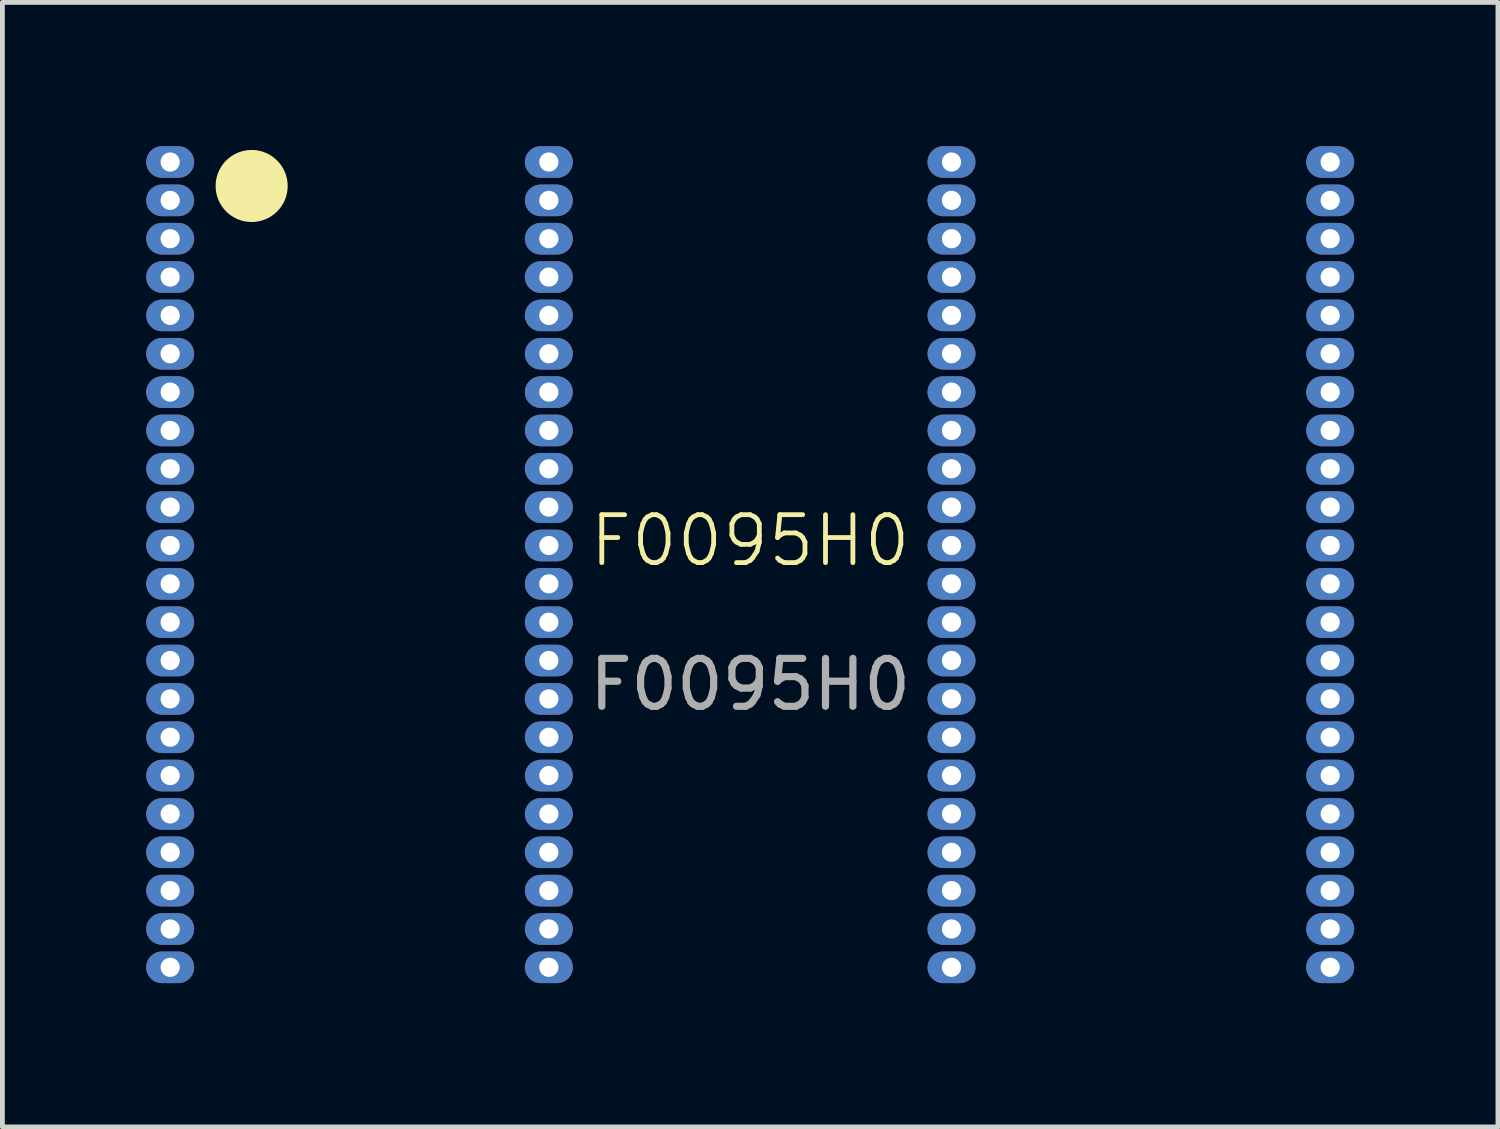
<source format=kicad_pcb>
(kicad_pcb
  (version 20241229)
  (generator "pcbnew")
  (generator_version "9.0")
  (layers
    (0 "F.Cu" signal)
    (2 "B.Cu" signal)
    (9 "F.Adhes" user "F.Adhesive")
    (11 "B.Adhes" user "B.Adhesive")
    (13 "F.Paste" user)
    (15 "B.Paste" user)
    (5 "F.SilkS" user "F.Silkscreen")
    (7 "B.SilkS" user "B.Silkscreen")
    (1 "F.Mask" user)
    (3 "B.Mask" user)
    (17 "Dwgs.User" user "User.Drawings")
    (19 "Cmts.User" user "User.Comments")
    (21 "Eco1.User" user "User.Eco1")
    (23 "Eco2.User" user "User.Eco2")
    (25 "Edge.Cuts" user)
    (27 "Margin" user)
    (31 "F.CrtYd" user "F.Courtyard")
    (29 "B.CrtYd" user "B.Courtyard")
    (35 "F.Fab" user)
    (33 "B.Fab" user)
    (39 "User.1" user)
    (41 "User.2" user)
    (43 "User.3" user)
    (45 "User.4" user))
  (footprint "F0095H0"
    (layer "F.Cu")
    (at 12.6 8.73)
    (property "Reference" "F0095H0" (at 0 -0.5 0) (unlocked yes) (layer "F.SilkS") (effects (font (size 1 1) (thickness 0.1))))
    (attr smd)
    (fp_circle (center -10.4 -7.9) (end -9.7 -7.95) (stroke (width 0.1) (type solid)) (fill yes) (layer "F.SilkS"))
    (fp_text user "${REFERENCE}" (at 0 2.5 0) (unlocked yes) (layer "F.Fab") (effects (font (size 1 1) (thickness 0.15))))
    (pad "1" thru_hole oval (at -12.1 -8.4) (size 1 0.66) (drill 0.4) (layers "*.Cu" "*.Mask"))
    (pad "2" thru_hole oval (at -12.1 -7.6) (size 1 0.66) (drill 0.4) (layers "*.Cu" "*.Mask"))
    (pad "3" thru_hole oval (at -12.1 -6.8) (size 1 0.66) (drill 0.4) (layers "*.Cu" "*.Mask"))
    (pad "4" thru_hole oval (at -12.1 -6) (size 1 0.66) (drill 0.4) (layers "*.Cu" "*.Mask"))
    (pad "5" thru_hole oval (at -12.1 -5.2) (size 1 0.66) (drill 0.4) (layers "*.Cu" "*.Mask"))
    (pad "6" thru_hole oval (at -12.1 -4.4) (size 1 0.66) (drill 0.4) (layers "*.Cu" "*.Mask"))
    (pad "7" thru_hole oval (at -12.1 -3.6) (size 1 0.66) (drill 0.4) (layers "*.Cu" "*.Mask"))
    (pad "8" thru_hole oval (at -12.1 -2.8) (size 1 0.66) (drill 0.4) (layers "*.Cu" "*.Mask"))
    (pad "9" thru_hole oval (at -12.1 -2) (size 1 0.66) (drill 0.4) (layers "*.Cu" "*.Mask"))
    (pad "10" thru_hole oval (at -12.1 -1.2) (size 1 0.66) (drill 0.4) (layers "*.Cu" "*.Mask"))
    (pad "11" thru_hole oval (at -12.1 -0.4) (size 1 0.66) (drill 0.4) (layers "*.Cu" "*.Mask"))
    (pad "12" thru_hole oval (at -12.1 0.4) (size 1 0.66) (drill 0.4) (layers "*.Cu" "*.Mask"))
    (pad "13" thru_hole oval (at -12.1 1.2) (size 1 0.66) (drill 0.4) (layers "*.Cu" "*.Mask"))
    (pad "14" thru_hole oval (at -12.1 2) (size 1 0.66) (drill 0.4) (layers "*.Cu" "*.Mask"))
    (pad "15" thru_hole oval (at -12.1 2.8) (size 1 0.66) (drill 0.4) (layers "*.Cu" "*.Mask"))
    (pad "16" thru_hole oval (at -12.1 3.6) (size 1 0.66) (drill 0.4) (layers "*.Cu" "*.Mask"))
    (pad "17" thru_hole oval (at -12.1 4.4) (size 1 0.66) (drill 0.4) (layers "*.Cu" "*.Mask"))
    (pad "18" thru_hole oval (at -12.1 5.2) (size 1 0.66) (drill 0.4) (layers "*.Cu" "*.Mask"))
    (pad "19" thru_hole oval (at -12.1 6) (size 1 0.66) (drill 0.4) (layers "*.Cu" "*.Mask"))
    (pad "20" thru_hole oval (at -12.1 6.8) (size 1 0.66) (drill 0.4) (layers "*.Cu" "*.Mask"))
    (pad "21" thru_hole oval (at -12.1 7.6) (size 1 0.66) (drill 0.4) (layers "*.Cu" "*.Mask"))
    (pad "22" thru_hole oval (at -12.1 8.4) (size 1 0.66) (drill 0.4) (layers "*.Cu" "*.Mask"))
    (pad "23" thru_hole oval (at -4.2 8.4) (size 1 0.66) (drill 0.4) (layers "*.Cu" "*.Mask"))
    (pad "24" thru_hole oval (at -4.2 7.6) (size 1 0.66) (drill 0.4) (layers "*.Cu" "*.Mask"))
    (pad "25" thru_hole oval (at -4.2 6.8) (size 1 0.66) (drill 0.4) (layers "*.Cu" "*.Mask"))
    (pad "26" thru_hole oval (at -4.2 6) (size 1 0.66) (drill 0.4) (layers "*.Cu" "*.Mask"))
    (pad "27" thru_hole oval (at -4.2 5.2) (size 1 0.66) (drill 0.4) (layers "*.Cu" "*.Mask"))
    (pad "28" thru_hole oval (at -4.2 4.4) (size 1 0.66) (drill 0.4) (layers "*.Cu" "*.Mask"))
    (pad "29" thru_hole oval (at -4.2 3.6) (size 1 0.66) (drill 0.4) (layers "*.Cu" "*.Mask"))
    (pad "30" thru_hole oval (at -4.2 2.8) (size 1 0.66) (drill 0.4) (layers "*.Cu" "*.Mask"))
    (pad "31" thru_hole oval (at -4.2 2) (size 1 0.66) (drill 0.4) (layers "*.Cu" "*.Mask"))
    (pad "32" thru_hole oval (at -4.2 1.2) (size 1 0.66) (drill 0.4) (layers "*.Cu" "*.Mask"))
    (pad "33" thru_hole oval (at -4.2 0.4) (size 1 0.66) (drill 0.4) (layers "*.Cu" "*.Mask"))
    (pad "34" thru_hole oval (at -4.2 -0.4) (size 1 0.66) (drill 0.4) (layers "*.Cu" "*.Mask"))
    (pad "35" thru_hole oval (at -4.2 -1.2) (size 1 0.66) (drill 0.4) (layers "*.Cu" "*.Mask"))
    (pad "36" thru_hole oval (at -4.2 -2) (size 1 0.66) (drill 0.4) (layers "*.Cu" "*.Mask"))
    (pad "37" thru_hole oval (at -4.2 -2.8) (size 1 0.66) (drill 0.4) (layers "*.Cu" "*.Mask"))
    (pad "38" thru_hole oval (at -4.2 -3.6) (size 1 0.66) (drill 0.4) (layers "*.Cu" "*.Mask"))
    (pad "39" thru_hole oval (at -4.2 -4.4) (size 1 0.66) (drill 0.4) (layers "*.Cu" "*.Mask"))
    (pad "40" thru_hole oval (at -4.2 -5.2) (size 1 0.66) (drill 0.4) (layers "*.Cu" "*.Mask"))
    (pad "41" thru_hole oval (at -4.2 -6) (size 1 0.66) (drill 0.4) (layers "*.Cu" "*.Mask"))
    (pad "42" thru_hole oval (at -4.2 -6.8) (size 1 0.66) (drill 0.4) (layers "*.Cu" "*.Mask"))
    (pad "43" thru_hole oval (at -4.2 -7.6) (size 1 0.66) (drill 0.4) (layers "*.Cu" "*.Mask"))
    (pad "44" thru_hole oval (at -4.2 -8.4) (size 1 0.66) (drill 0.4) (layers "*.Cu" "*.Mask"))
    (pad "45" thru_hole oval (at 4.2 -8.4) (size 1 0.66) (drill 0.4) (layers "*.Cu" "*.Mask"))
    (pad "46" thru_hole oval (at 4.2 -7.6) (size 1 0.66) (drill 0.4) (layers "*.Cu" "*.Mask"))
    (pad "47" thru_hole oval (at 4.2 -6.8) (size 1 0.66) (drill 0.4) (layers "*.Cu" "*.Mask"))
    (pad "48" thru_hole oval (at 4.2 -6) (size 1 0.66) (drill 0.4) (layers "*.Cu" "*.Mask"))
    (pad "49" thru_hole oval (at 4.2 -5.2) (size 1 0.66) (drill 0.4) (layers "*.Cu" "*.Mask"))
    (pad "50" thru_hole oval (at 4.2 -4.4) (size 1 0.66) (drill 0.4) (layers "*.Cu" "*.Mask"))
    (pad "51" thru_hole oval (at 4.2 -3.6) (size 1 0.66) (drill 0.4) (layers "*.Cu" "*.Mask"))
    (pad "52" thru_hole oval (at 4.2 -2.8) (size 1 0.66) (drill 0.4) (layers "*.Cu" "*.Mask"))
    (pad "53" thru_hole oval (at 4.2 -2) (size 1 0.66) (drill 0.4) (layers "*.Cu" "*.Mask"))
    (pad "54" thru_hole oval (at 4.2 -1.2) (size 1 0.66) (drill 0.4) (layers "*.Cu" "*.Mask"))
    (pad "55" thru_hole oval (at 4.2 -0.4) (size 1 0.66) (drill 0.4) (layers "*.Cu" "*.Mask"))
    (pad "56" thru_hole oval (at 4.2 0.4) (size 1 0.66) (drill 0.4) (layers "*.Cu" "*.Mask"))
    (pad "57" thru_hole oval (at 4.2 1.2) (size 1 0.66) (drill 0.4) (layers "*.Cu" "*.Mask"))
    (pad "58" thru_hole oval (at 4.2 2) (size 1 0.66) (drill 0.4) (layers "*.Cu" "*.Mask"))
    (pad "59" thru_hole oval (at 4.2 2.8) (size 1 0.66) (drill 0.4) (layers "*.Cu" "*.Mask"))
    (pad "60" thru_hole oval (at 4.2 3.6) (size 1 0.66) (drill 0.4) (layers "*.Cu" "*.Mask"))
    (pad "61" thru_hole oval (at 4.2 4.4) (size 1 0.66) (drill 0.4) (layers "*.Cu" "*.Mask"))
    (pad "62" thru_hole oval (at 4.2 5.2) (size 1 0.66) (drill 0.4) (layers "*.Cu" "*.Mask"))
    (pad "63" thru_hole oval (at 4.2 6) (size 1 0.66) (drill 0.4) (layers "*.Cu" "*.Mask"))
    (pad "64" thru_hole oval (at 4.2 6.8) (size 1 0.66) (drill 0.4) (layers "*.Cu" "*.Mask"))
    (pad "65" thru_hole oval (at 4.2 7.6) (size 1 0.66) (drill 0.4) (layers "*.Cu" "*.Mask"))
    (pad "66" thru_hole oval (at 4.2 8.4) (size 1 0.66) (drill 0.4) (layers "*.Cu" "*.Mask"))
    (pad "67" thru_hole oval (at 12.1 8.4) (size 1 0.66) (drill 0.4) (layers "*.Cu" "*.Mask"))
    (pad "68" thru_hole oval (at 12.1 7.6) (size 1 0.66) (drill 0.4) (layers "*.Cu" "*.Mask"))
    (pad "69" thru_hole oval (at 12.1 6.8) (size 1 0.66) (drill 0.4) (layers "*.Cu" "*.Mask"))
    (pad "70" thru_hole oval (at 12.1 6) (size 1 0.66) (drill 0.4) (layers "*.Cu" "*.Mask"))
    (pad "71" thru_hole oval (at 12.1 5.2) (size 1 0.66) (drill 0.4) (layers "*.Cu" "*.Mask"))
    (pad "72" thru_hole oval (at 12.1 4.4) (size 1 0.66) (drill 0.4) (layers "*.Cu" "*.Mask"))
    (pad "73" thru_hole oval (at 12.1 3.6) (size 1 0.66) (drill 0.4) (layers "*.Cu" "*.Mask"))
    (pad "74" thru_hole oval (at 12.1 2.8) (size 1 0.66) (drill 0.4) (layers "*.Cu" "*.Mask"))
    (pad "75" thru_hole oval (at 12.1 2) (size 1 0.66) (drill 0.4) (layers "*.Cu" "*.Mask"))
    (pad "76" thru_hole oval (at 12.1 1.2) (size 1 0.66) (drill 0.4) (layers "*.Cu" "*.Mask"))
    (pad "77" thru_hole oval (at 12.1 0.4) (size 1 0.66) (drill 0.4) (layers "*.Cu" "*.Mask"))
    (pad "78" thru_hole oval (at 12.1 -0.4) (size 1 0.66) (drill 0.4) (layers "*.Cu" "*.Mask"))
    (pad "79" thru_hole oval (at 12.1 -1.2) (size 1 0.66) (drill 0.4) (layers "*.Cu" "*.Mask"))
    (pad "80" thru_hole oval (at 12.1 -2) (size 1 0.66) (drill 0.4) (layers "*.Cu" "*.Mask"))
    (pad "81" thru_hole oval (at 12.1 -2.8) (size 1 0.66) (drill 0.4) (layers "*.Cu" "*.Mask"))
    (pad "82" thru_hole oval (at 12.1 -3.6) (size 1 0.66) (drill 0.4) (layers "*.Cu" "*.Mask"))
    (pad "83" thru_hole oval (at 12.1 -4.4) (size 1 0.66) (drill 0.4) (layers "*.Cu" "*.Mask"))
    (pad "84" thru_hole oval (at 12.1 -5.2) (size 1 0.66) (drill 0.4) (layers "*.Cu" "*.Mask"))
    (pad "85" thru_hole oval (at 12.1 -6) (size 1 0.66) (drill 0.4) (layers "*.Cu" "*.Mask"))
    (pad "86" thru_hole oval (at 12.1 -6.8) (size 1 0.66) (drill 0.4) (layers "*.Cu" "*.Mask"))
    (pad "87" thru_hole oval (at 12.1 -7.6) (size 1 0.66) (drill 0.4) (layers "*.Cu" "*.Mask"))
    (pad "88" thru_hole oval (at 12.1 -8.4) (size 1 0.66) (drill 0.4) (layers "*.Cu" "*.Mask")))
  (gr_rect
    (start -3 -3)
    (end 28.2 20.46)
    (stroke (width 0.1) (type default))
    (fill no)
    (layer "Edge.Cuts")))
</source>
